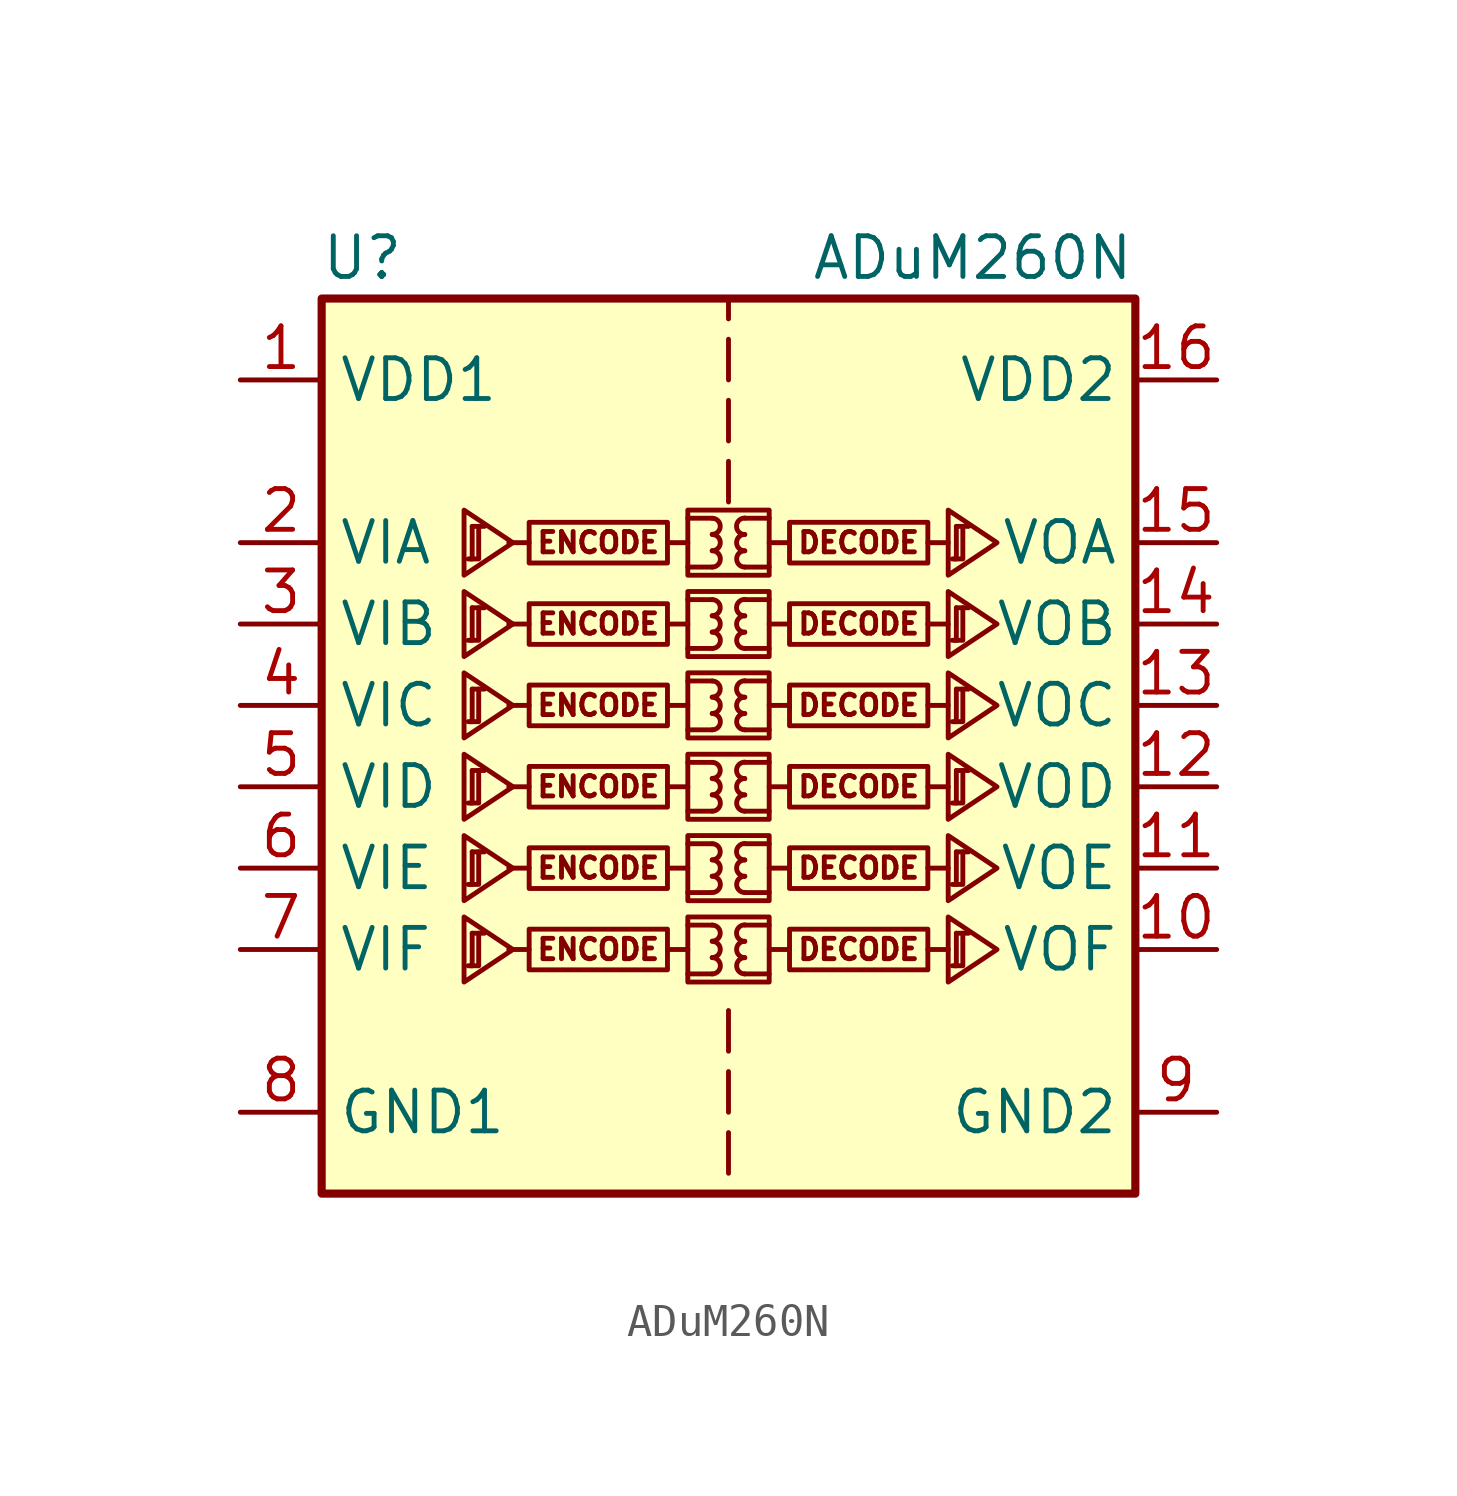
<source format=kicad_sym>
(kicad_symbol_lib
  (version 20201005)
  (generator kicad_symbol_editor)
  (symbol "ADuM260N"
    (property "Reference" "U"
      (at -11.43 16.51 0)
      (effects (font (size 1.27 1.27))))
    (property "Value" "ADuM260N"
      (at 7.62 16.51 0)
      (effects (font (size 1.27 1.27))))
    (symbol "ADuM260N_0_1"
      (polyline (pts (xy -8.001 8.128) (xy -7.62 8.128)) (stroke (width 0)) (fill (type none)))
      (polyline (pts (xy -8.052 7.112) (xy -7.798 7.112) (xy -7.798 8.128)) (stroke (width 0)) (fill (type none)))
      (polyline (pts (xy -8.001 8.128) (xy -8.001 7.112) (xy -8.128 7.112)) (stroke (width 0)) (fill (type none)))
      (polyline (pts (xy -6.731 7.62) (xy -8.255 8.636) (xy -8.255 6.604) (xy -6.731 7.62)) (stroke (width 0)) (fill (type none))))
    (symbol "ADuM260N_1_0"
      (arc (start -0.508 -5.842) (end -0.508 -5.334) (radius (at -0.508 -5.588) (length 0.254) (angles -89.9 89.9)) (stroke (width 0)) (fill (type none)))
      (arc (start -0.508 -5.334) (end -0.508 -4.826) (radius (at -0.508 -5.08) (length 0.254) (angles -89.9 89.9)) (stroke (width 0)) (fill (type none)))
      (arc (start -0.508 -4.826) (end -0.508 -4.318) (radius (at -0.508 -4.572) (length 0.254) (angles -89.9 89.9)) (stroke (width 0)) (fill (type none)))
      (arc (start -0.508 -3.302) (end -0.508 -2.794) (radius (at -0.508 -3.048) (length 0.254) (angles -89.9 89.9)) (stroke (width 0)) (fill (type none)))
      (arc (start -0.508 -2.794) (end -0.508 -2.286) (radius (at -0.508 -2.54) (length 0.254) (angles -89.9 89.9)) (stroke (width 0)) (fill (type none)))
      (arc (start -0.508 -2.286) (end -0.508 -1.778) (radius (at -0.508 -2.032) (length 0.254) (angles -89.9 89.9)) (stroke (width 0)) (fill (type none)))
      (arc (start -0.508 -0.762) (end -0.508 -0.254) (radius (at -0.508 -0.508) (length 0.254) (angles -89.9 89.9)) (stroke (width 0)) (fill (type none)))
      (arc (start -0.508 -0.254) (end -0.508 0.254) (radius (at -0.508 0) (length 0.254) (angles -89.9 89.9)) (stroke (width 0)) (fill (type none)))
      (arc (start -0.508 0.254) (end -0.508 0.762) (radius (at -0.508 0.508) (length 0.254) (angles -89.9 89.9)) (stroke (width 0)) (fill (type none)))
      (arc (start -0.508 1.778) (end -0.508 2.286) (radius (at -0.508 2.032) (length 0.254) (angles -89.9 89.9)) (stroke (width 0)) (fill (type none)))
      (arc (start -0.508 2.286) (end -0.508 2.794) (radius (at -0.508 2.54) (length 0.254) (angles -89.9 89.9)) (stroke (width 0)) (fill (type none)))
      (arc (start -0.508 2.794) (end -0.508 3.302) (radius (at -0.508 3.048) (length 0.254) (angles -89.9 89.9)) (stroke (width 0)) (fill (type none)))
      (arc (start -0.508 4.318) (end -0.508 4.826) (radius (at -0.508 4.572) (length 0.254) (angles -89.9 89.9)) (stroke (width 0)) (fill (type none)))
      (arc (start -0.508 4.826) (end -0.508 5.334) (radius (at -0.508 5.08) (length 0.254) (angles -89.9 89.9)) (stroke (width 0)) (fill (type none)))
      (arc (start -0.508 5.334) (end -0.508 5.842) (radius (at -0.508 5.588) (length 0.254) (angles -89.9 89.9)) (stroke (width 0)) (fill (type none)))
      (arc (start -0.508 6.858) (end -0.508 7.366) (radius (at -0.508 7.112) (length 0.254) (angles -89.9 89.9)) (stroke (width 0)) (fill (type none)))
      (arc (start -0.508 7.366) (end -0.508 7.874) (radius (at -0.508 7.62) (length 0.254) (angles -89.9 89.9)) (stroke (width 0)) (fill (type none)))
      (arc (start -0.508 7.874) (end -0.508 8.382) (radius (at -0.508 8.128) (length 0.254) (angles -89.9 89.9)) (stroke (width 0)) (fill (type none)))
      (arc (start 0.508 -5.334) (end 0.508 -5.842) (radius (at 0.508 -5.588) (length 0.254) (angles 90.1 -90.1)) (stroke (width 0)) (fill (type none)))
      (arc (start 0.508 -4.826) (end 0.508 -5.334) (radius (at 0.508 -5.08) (length 0.254) (angles 90.1 -90.1)) (stroke (width 0)) (fill (type none)))
      (arc (start 0.508 -4.318) (end 0.508 -4.826) (radius (at 0.508 -4.572) (length 0.254) (angles 90.1 -90.1)) (stroke (width 0)) (fill (type none)))
      (arc (start 0.508 -2.794) (end 0.508 -3.302) (radius (at 0.508 -3.048) (length 0.254) (angles 90.1 -90.1)) (stroke (width 0)) (fill (type none)))
      (arc (start 0.508 -2.286) (end 0.508 -2.794) (radius (at 0.508 -2.54) (length 0.254) (angles 90.1 -90.1)) (stroke (width 0)) (fill (type none)))
      (arc (start 0.508 -1.778) (end 0.508 -2.286) (radius (at 0.508 -2.032) (length 0.254) (angles 90.1 -90.1)) (stroke (width 0)) (fill (type none)))
      (arc (start 0.508 -0.254) (end 0.508 -0.762) (radius (at 0.508 -0.508) (length 0.254) (angles 90.1 -90.1)) (stroke (width 0)) (fill (type none)))
      (arc (start 0.508 0.254) (end 0.508 -0.254) (radius (at 0.508 0) (length 0.254) (angles 90.1 -90.1)) (stroke (width 0)) (fill (type none)))
      (arc (start 0.508 0.762) (end 0.508 0.254) (radius (at 0.508 0.508) (length 0.254) (angles 90.1 -90.1)) (stroke (width 0)) (fill (type none)))
      (arc (start 0.508 2.286) (end 0.508 1.778) (radius (at 0.508 2.032) (length 0.254) (angles 90.1 -90.1)) (stroke (width 0)) (fill (type none)))
      (arc (start 0.508 2.794) (end 0.508 2.286) (radius (at 0.508 2.54) (length 0.254) (angles 90.1 -90.1)) (stroke (width 0)) (fill (type none)))
      (arc (start 0.508 3.302) (end 0.508 2.794) (radius (at 0.508 3.048) (length 0.254) (angles 90.1 -90.1)) (stroke (width 0)) (fill (type none)))
      (arc (start 0.508 4.826) (end 0.508 4.318) (radius (at 0.508 4.572) (length 0.254) (angles 90.1 -90.1)) (stroke (width 0)) (fill (type none)))
      (arc (start 0.508 5.334) (end 0.508 4.826) (radius (at 0.508 5.08) (length 0.254) (angles 90.1 -90.1)) (stroke (width 0)) (fill (type none)))
      (arc (start 0.508 5.842) (end 0.508 5.334) (radius (at 0.508 5.588) (length 0.254) (angles 90.1 -90.1)) (stroke (width 0)) (fill (type none)))
      (arc (start 0.508 7.366) (end 0.508 6.858) (radius (at 0.508 7.112) (length 0.254) (angles 90.1 -90.1)) (stroke (width 0)) (fill (type none)))
      (arc (start 0.508 7.874) (end 0.508 7.366) (radius (at 0.508 7.62) (length 0.254) (angles 90.1 -90.1)) (stroke (width 0)) (fill (type none)))
      (arc (start 0.508 8.382) (end 0.508 7.874) (radius (at 0.508 8.128) (length 0.254) (angles 90.1 -90.1)) (stroke (width 0)) (fill (type none)))
      (text "DECODE" (at 4.064 -5.08 0) (effects (font (size 0.635 0.635))))
      (text "DECODE" (at 4.064 -2.54 0) (effects (font (size 0.635 0.635))))
      (text "DECODE" (at 4.064 0 0) (effects (font (size 0.635 0.635))))
      (text "DECODE" (at 4.064 2.54 0) (effects (font (size 0.635 0.635))))
      (text "DECODE" (at 4.064 5.08 0) (effects (font (size 0.635 0.635))))
      (text "DECODE" (at 4.064 7.62 0) (effects (font (size 0.635 0.635))))
      (text "ENCODE" (at -4.064 -5.08 0) (effects (font (size 0.635 0.635))))
      (text "ENCODE" (at -4.064 -2.54 0) (effects (font (size 0.635 0.635))))
      (text "ENCODE" (at -4.064 0 0) (effects (font (size 0.635 0.635))))
      (text "ENCODE" (at -4.064 2.54 0) (effects (font (size 0.635 0.635))))
      (text "ENCODE" (at -4.064 5.08 0) (effects (font (size 0.635 0.635))))
      (text "ENCODE" (at -4.064 7.62 0) (effects (font (size 0.635 0.635))))
      (rectangle (start -1.27 -4.064) (end 1.27 -6.096) (stroke (width 0)) (fill (type none)))
      (rectangle (start -1.27 -1.524) (end 1.27 -3.556) (stroke (width 0)) (fill (type none)))
      (rectangle (start -1.27 1.016) (end 1.27 -1.016) (stroke (width 0)) (fill (type none)))
      (rectangle (start -1.27 3.556) (end 1.27 1.524) (stroke (width 0)) (fill (type none)))
      (rectangle (start -1.27 6.096) (end 1.27 4.064) (stroke (width 0)) (fill (type none)))
      (rectangle (start -1.27 8.636) (end 1.27 6.604) (stroke (width 0)) (fill (type none)))
      (rectangle (start 1.905 -4.445) (end 6.223 -5.715) (stroke (width 0)) (fill (type none)))
      (rectangle (start 1.905 -1.905) (end 6.223 -3.175) (stroke (width 0)) (fill (type none)))
      (rectangle (start 1.905 0.635) (end 6.223 -0.635) (stroke (width 0)) (fill (type none)))
      (rectangle (start 1.905 3.175) (end 6.223 1.905) (stroke (width 0)) (fill (type none)))
      (rectangle (start 1.905 5.715) (end 6.223 4.445) (stroke (width 0)) (fill (type none)))
      (rectangle (start 1.905 8.255) (end 6.223 6.985) (stroke (width 0)) (fill (type none)))
      (polyline (pts (xy -6.223 -5.08) (xy -6.858 -5.08)) (stroke (width 0)) (fill (type none)))
      (polyline (pts (xy -6.223 -2.54) (xy -6.858 -2.54)) (stroke (width 0)) (fill (type none)))
      (polyline (pts (xy -6.223 0) (xy -6.858 0)) (stroke (width 0)) (fill (type none)))
      (polyline (pts (xy -6.223 2.54) (xy -6.858 2.54)) (stroke (width 0)) (fill (type none)))
      (polyline (pts (xy -6.223 5.08) (xy -6.858 5.08)) (stroke (width 0)) (fill (type none)))
      (polyline (pts (xy -6.223 7.62) (xy -6.858 7.62)) (stroke (width 0)) (fill (type none)))
      (polyline (pts (xy -1.905 -5.08) (xy -1.27 -5.08)) (stroke (width 0)) (fill (type none)))
      (polyline (pts (xy -1.905 -2.54) (xy -1.27 -2.54)) (stroke (width 0)) (fill (type none)))
      (polyline (pts (xy -1.905 0) (xy -1.27 0)) (stroke (width 0)) (fill (type none)))
      (polyline (pts (xy -1.905 2.54) (xy -1.27 2.54)) (stroke (width 0)) (fill (type none)))
      (polyline (pts (xy -1.905 5.08) (xy -1.27 5.08)) (stroke (width 0)) (fill (type none)))
      (polyline (pts (xy -1.905 7.62) (xy -1.27 7.62)) (stroke (width 0)) (fill (type none)))
      (polyline (pts (xy -1.27 -5.842) (xy -0.508 -5.842)) (stroke (width 0)) (fill (type none)))
      (polyline (pts (xy -1.27 -4.318) (xy -0.508 -4.318)) (stroke (width 0)) (fill (type none)))
      (polyline (pts (xy -1.27 -3.302) (xy -0.508 -3.302)) (stroke (width 0)) (fill (type none)))
      (polyline (pts (xy -1.27 -1.778) (xy -0.508 -1.778)) (stroke (width 0)) (fill (type none)))
      (polyline (pts (xy -1.27 -0.762) (xy -0.508 -0.762)) (stroke (width 0)) (fill (type none)))
      (polyline (pts (xy -1.27 0.762) (xy -0.508 0.762)) (stroke (width 0)) (fill (type none)))
      (polyline (pts (xy -1.27 1.778) (xy -0.508 1.778)) (stroke (width 0)) (fill (type none)))
      (polyline (pts (xy -1.27 3.302) (xy -0.508 3.302)) (stroke (width 0)) (fill (type none)))
      (polyline (pts (xy -1.27 4.318) (xy -0.508 4.318)) (stroke (width 0)) (fill (type none)))
      (polyline (pts (xy -1.27 5.842) (xy -0.508 5.842)) (stroke (width 0)) (fill (type none)))
      (polyline (pts (xy -1.27 6.858) (xy -0.508 6.858)) (stroke (width 0)) (fill (type none)))
      (polyline (pts (xy -1.27 8.382) (xy -0.508 8.382)) (stroke (width 0)) (fill (type none)))
      (polyline (pts (xy 0 -10.795) (xy 0 -12.065)) (stroke (width 0)) (fill (type none)))
      (polyline (pts (xy 0 -8.89) (xy 0 -10.16)) (stroke (width 0)) (fill (type none)))
      (polyline (pts (xy 0 -6.985) (xy 0 -8.255)) (stroke (width 0)) (fill (type none)))
      (polyline (pts (xy 0 8.89) (xy 0 10.16)) (stroke (width 0)) (fill (type none)))
      (polyline (pts (xy 0 12.065) (xy 0 10.795)) (stroke (width 0)) (fill (type none)))
      (polyline (pts (xy 0 13.97) (xy 0 12.7)) (stroke (width 0)) (fill (type none)))
      (polyline (pts (xy 0 14.605) (xy 0 15.24)) (stroke (width 0)) (fill (type none)))
      (polyline (pts (xy 1.27 -5.842) (xy 0.508 -5.842)) (stroke (width 0)) (fill (type none)))
      (polyline (pts (xy 1.27 -4.318) (xy 0.508 -4.318)) (stroke (width 0)) (fill (type none)))
      (polyline (pts (xy 1.27 -3.302) (xy 0.508 -3.302)) (stroke (width 0)) (fill (type none)))
      (polyline (pts (xy 1.27 -1.778) (xy 0.508 -1.778)) (stroke (width 0)) (fill (type none)))
      (polyline (pts (xy 1.27 -0.762) (xy 0.508 -0.762)) (stroke (width 0)) (fill (type none)))
      (polyline (pts (xy 1.27 0.762) (xy 0.508 0.762)) (stroke (width 0)) (fill (type none)))
      (polyline (pts (xy 1.27 1.778) (xy 0.508 1.778)) (stroke (width 0)) (fill (type none)))
      (polyline (pts (xy 1.27 3.302) (xy 0.508 3.302)) (stroke (width 0)) (fill (type none)))
      (polyline (pts (xy 1.27 4.318) (xy 0.508 4.318)) (stroke (width 0)) (fill (type none)))
      (polyline (pts (xy 1.27 5.842) (xy 0.508 5.842)) (stroke (width 0)) (fill (type none)))
      (polyline (pts (xy 1.27 6.858) (xy 0.508 6.858)) (stroke (width 0)) (fill (type none)))
      (polyline (pts (xy 1.27 8.382) (xy 0.508 8.382)) (stroke (width 0)) (fill (type none)))
      (polyline (pts (xy 1.905 -5.08) (xy 1.27 -5.08)) (stroke (width 0)) (fill (type none)))
      (polyline (pts (xy 1.905 -2.54) (xy 1.27 -2.54)) (stroke (width 0)) (fill (type none)))
      (polyline (pts (xy 1.905 0) (xy 1.27 0)) (stroke (width 0)) (fill (type none)))
      (polyline (pts (xy 1.905 2.54) (xy 1.27 2.54)) (stroke (width 0)) (fill (type none)))
      (polyline (pts (xy 1.905 5.08) (xy 1.27 5.08)) (stroke (width 0)) (fill (type none)))
      (polyline (pts (xy 1.905 7.62) (xy 1.27 7.62)) (stroke (width 0)) (fill (type none)))
      (polyline (pts (xy 6.223 -5.08) (xy 6.858 -5.08)) (stroke (width 0)) (fill (type none)))
      (polyline (pts (xy 6.223 -2.54) (xy 6.858 -2.54)) (stroke (width 0)) (fill (type none)))
      (polyline (pts (xy 6.223 0) (xy 6.858 0)) (stroke (width 0)) (fill (type none)))
      (polyline (pts (xy 6.223 2.54) (xy 6.858 2.54)) (stroke (width 0)) (fill (type none)))
      (polyline (pts (xy 6.223 5.08) (xy 6.858 5.08)) (stroke (width 0)) (fill (type none)))
      (polyline (pts (xy 6.223 7.62) (xy 6.858 7.62)) (stroke (width 0)) (fill (type none))))
    (symbol "ADuM260N_1_1"
      (rectangle (start -12.7 15.24) (end 12.7 -12.7) (stroke (width 0.254)) (fill (type background)))
      (rectangle (start -1.905 -4.445) (end -6.223 -5.715) (stroke (width 0)) (fill (type none)))
      (rectangle (start -1.905 -1.905) (end -6.223 -3.175) (stroke (width 0)) (fill (type none)))
      (rectangle (start -1.905 0.635) (end -6.223 -0.635) (stroke (width 0)) (fill (type none)))
      (rectangle (start -1.905 3.175) (end -6.223 1.905) (stroke (width 0)) (fill (type none)))
      (rectangle (start -1.905 5.715) (end -6.223 4.445) (stroke (width 0)) (fill (type none)))
      (rectangle (start -1.905 8.255) (end -6.223 6.985) (stroke (width 0)) (fill (type none)))
      (polyline (pts (xy -8.001 -4.572) (xy -7.62 -4.572)) (stroke (width 0)) (fill (type none)))
      (polyline (pts (xy -8.001 -2.032) (xy -7.62 -2.032)) (stroke (width 0)) (fill (type none)))
      (polyline (pts (xy -8.001 0.508) (xy -7.62 0.508)) (stroke (width 0)) (fill (type none)))
      (polyline (pts (xy -8.001 3.048) (xy -7.62 3.048)) (stroke (width 0)) (fill (type none)))
      (polyline (pts (xy -8.001 5.588) (xy -7.62 5.588)) (stroke (width 0)) (fill (type none)))
      (polyline (pts (xy 7.112 -4.572) (xy 7.493 -4.572)) (stroke (width 0)) (fill (type none)))
      (polyline (pts (xy 7.112 -2.032) (xy 7.493 -2.032)) (stroke (width 0)) (fill (type none)))
      (polyline (pts (xy 7.112 0.508) (xy 7.493 0.508)) (stroke (width 0)) (fill (type none)))
      (polyline (pts (xy 7.112 3.048) (xy 7.493 3.048)) (stroke (width 0)) (fill (type none)))
      (polyline (pts (xy 7.112 5.588) (xy 7.493 5.588)) (stroke (width 0)) (fill (type none)))
      (polyline (pts (xy 7.112 8.128) (xy 7.493 8.128)) (stroke (width 0)) (fill (type none)))
      (polyline (pts (xy -8.052 -5.588) (xy -7.798 -5.588) (xy -7.798 -4.572)) (stroke (width 0)) (fill (type none)))
      (polyline (pts (xy -8.052 -3.048) (xy -7.798 -3.048) (xy -7.798 -2.032)) (stroke (width 0)) (fill (type none)))
      (polyline (pts (xy -8.052 -0.508) (xy -7.798 -0.508) (xy -7.798 0.508)) (stroke (width 0)) (fill (type none)))
      (polyline (pts (xy -8.052 2.032) (xy -7.798 2.032) (xy -7.798 3.048)) (stroke (width 0)) (fill (type none)))
      (polyline (pts (xy -8.052 4.572) (xy -7.798 4.572) (xy -7.798 5.588)) (stroke (width 0)) (fill (type none)))
      (polyline (pts (xy -8.001 -4.572) (xy -8.001 -5.588) (xy -8.128 -5.588)) (stroke (width 0)) (fill (type none)))
      (polyline (pts (xy -8.001 -2.032) (xy -8.001 -3.048) (xy -8.128 -3.048)) (stroke (width 0)) (fill (type none)))
      (polyline (pts (xy -8.001 0.508) (xy -8.001 -0.508) (xy -8.128 -0.508)) (stroke (width 0)) (fill (type none)))
      (polyline (pts (xy -8.001 3.048) (xy -8.001 2.032) (xy -8.128 2.032)) (stroke (width 0)) (fill (type none)))
      (polyline (pts (xy -8.001 5.588) (xy -8.001 4.572) (xy -8.128 4.572)) (stroke (width 0)) (fill (type none)))
      (polyline (pts (xy 7.061 -5.588) (xy 7.315 -5.588) (xy 7.315 -4.572)) (stroke (width 0)) (fill (type none)))
      (polyline (pts (xy 7.061 -3.048) (xy 7.315 -3.048) (xy 7.315 -2.032)) (stroke (width 0)) (fill (type none)))
      (polyline (pts (xy 7.061 -0.508) (xy 7.315 -0.508) (xy 7.315 0.508)) (stroke (width 0)) (fill (type none)))
      (polyline (pts (xy 7.061 2.032) (xy 7.315 2.032) (xy 7.315 3.048)) (stroke (width 0)) (fill (type none)))
      (polyline (pts (xy 7.061 4.572) (xy 7.315 4.572) (xy 7.315 5.588)) (stroke (width 0)) (fill (type none)))
      (polyline (pts (xy 7.061 7.112) (xy 7.315 7.112) (xy 7.315 8.128)) (stroke (width 0)) (fill (type none)))
      (polyline (pts (xy 7.112 -4.572) (xy 7.112 -5.588) (xy 6.985 -5.588)) (stroke (width 0)) (fill (type none)))
      (polyline (pts (xy 7.112 -2.032) (xy 7.112 -3.048) (xy 6.985 -3.048)) (stroke (width 0)) (fill (type none)))
      (polyline (pts (xy 7.112 0.508) (xy 7.112 -0.508) (xy 6.985 -0.508)) (stroke (width 0)) (fill (type none)))
      (polyline (pts (xy 7.112 3.048) (xy 7.112 2.032) (xy 6.985 2.032)) (stroke (width 0)) (fill (type none)))
      (polyline (pts (xy 7.112 5.588) (xy 7.112 4.572) (xy 6.985 4.572)) (stroke (width 0)) (fill (type none)))
      (polyline (pts (xy 7.112 8.128) (xy 7.112 7.112) (xy 6.985 7.112)) (stroke (width 0)) (fill (type none)))
      (polyline (pts (xy -6.731 -5.08) (xy -8.255 -4.064) (xy -8.255 -6.096) (xy -6.731 -5.08)) (stroke (width 0)) (fill (type none)))
      (polyline (pts (xy -6.731 -2.54) (xy -8.255 -1.524) (xy -8.255 -3.556) (xy -6.731 -2.54)) (stroke (width 0)) (fill (type none)))
      (polyline (pts (xy -6.731 0) (xy -8.255 1.016) (xy -8.255 -1.016) (xy -6.731 0)) (stroke (width 0)) (fill (type none)))
      (polyline (pts (xy -6.731 2.54) (xy -8.255 3.556) (xy -8.255 1.524) (xy -6.731 2.54)) (stroke (width 0)) (fill (type none)))
      (polyline (pts (xy -6.731 5.08) (xy -8.255 6.096) (xy -8.255 4.064) (xy -6.731 5.08)) (stroke (width 0)) (fill (type none)))
      (polyline (pts (xy 8.382 -5.08) (xy 6.858 -4.064) (xy 6.858 -6.096) (xy 8.382 -5.08)) (stroke (width 0)) (fill (type none)))
      (polyline (pts (xy 8.382 -2.54) (xy 6.858 -1.524) (xy 6.858 -3.556) (xy 8.382 -2.54)) (stroke (width 0)) (fill (type none)))
      (polyline (pts (xy 8.382 0) (xy 6.858 1.016) (xy 6.858 -1.016) (xy 8.382 0)) (stroke (width 0)) (fill (type none)))
      (polyline (pts (xy 8.382 2.54) (xy 6.858 3.556) (xy 6.858 1.524) (xy 8.382 2.54)) (stroke (width 0)) (fill (type none)))
      (polyline (pts (xy 8.382 5.08) (xy 6.858 6.096) (xy 6.858 4.064) (xy 8.382 5.08)) (stroke (width 0)) (fill (type none)))
      (polyline (pts (xy 8.382 7.62) (xy 6.858 8.636) (xy 6.858 6.604) (xy 8.382 7.62)) (stroke (width 0)) (fill (type none)))
      (pin power_in line (at -15.24 12.7 0) (length 2.54) (name "VDD1" (effects (font (size 1.27 1.27)))) (number "1" (effects (font (size 1.27 1.27)))))
      (pin output line (at 15.24 -5.08 180) (length 2.54) (name "VOF" (effects (font (size 1.27 1.27)))) (number "10" (effects (font (size 1.27 1.27)))))
      (pin output line (at 15.24 -2.54 180) (length 2.54) (name "VOE" (effects (font (size 1.27 1.27)))) (number "11" (effects (font (size 1.27 1.27)))))
      (pin output line (at 15.24 0 180) (length 2.54) (name "VOD" (effects (font (size 1.27 1.27)))) (number "12" (effects (font (size 1.27 1.27)))))
      (pin output line (at 15.24 2.54 180) (length 2.54) (name "VOC" (effects (font (size 1.27 1.27)))) (number "13" (effects (font (size 1.27 1.27)))))
      (pin output line (at 15.24 5.08 180) (length 2.54) (name "VOB" (effects (font (size 1.27 1.27)))) (number "14" (effects (font (size 1.27 1.27)))))
      (pin output line (at 15.24 7.62 180) (length 2.54) (name "VOA" (effects (font (size 1.27 1.27)))) (number "15" (effects (font (size 1.27 1.27)))))
      (pin power_in line (at 15.24 12.7 180) (length 2.54) (name "VDD2" (effects (font (size 1.27 1.27)))) (number "16" (effects (font (size 1.27 1.27)))))
      (pin input line (at -15.24 7.62 0) (length 2.54) (name "VIA" (effects (font (size 1.27 1.27)))) (number "2" (effects (font (size 1.27 1.27)))))
      (pin input line (at -15.24 5.08 0) (length 2.54) (name "VIB" (effects (font (size 1.27 1.27)))) (number "3" (effects (font (size 1.27 1.27)))))
      (pin input line (at -15.24 2.54 0) (length 2.54) (name "VIC" (effects (font (size 1.27 1.27)))) (number "4" (effects (font (size 1.27 1.27)))))
      (pin input line (at -15.24 0 0) (length 2.54) (name "VID" (effects (font (size 1.27 1.27)))) (number "5" (effects (font (size 1.27 1.27)))))
      (pin input line (at -15.24 -2.54 0) (length 2.54) (name "VIE" (effects (font (size 1.27 1.27)))) (number "6" (effects (font (size 1.27 1.27)))))
      (pin input line (at -15.24 -5.08 0) (length 2.54) (name "VIF" (effects (font (size 1.27 1.27)))) (number "7" (effects (font (size 1.27 1.27)))))
      (pin power_in line (at -15.24 -10.16 0) (length 2.54) (name "GND1" (effects (font (size 1.27 1.27)))) (number "8" (effects (font (size 1.27 1.27)))))
      (pin power_in line (at 15.24 -10.16 180) (length 2.54) (name "GND2" (effects (font (size 1.27 1.27)))) (number "9" (effects (font (size 1.27 1.27))))))))
</source>
